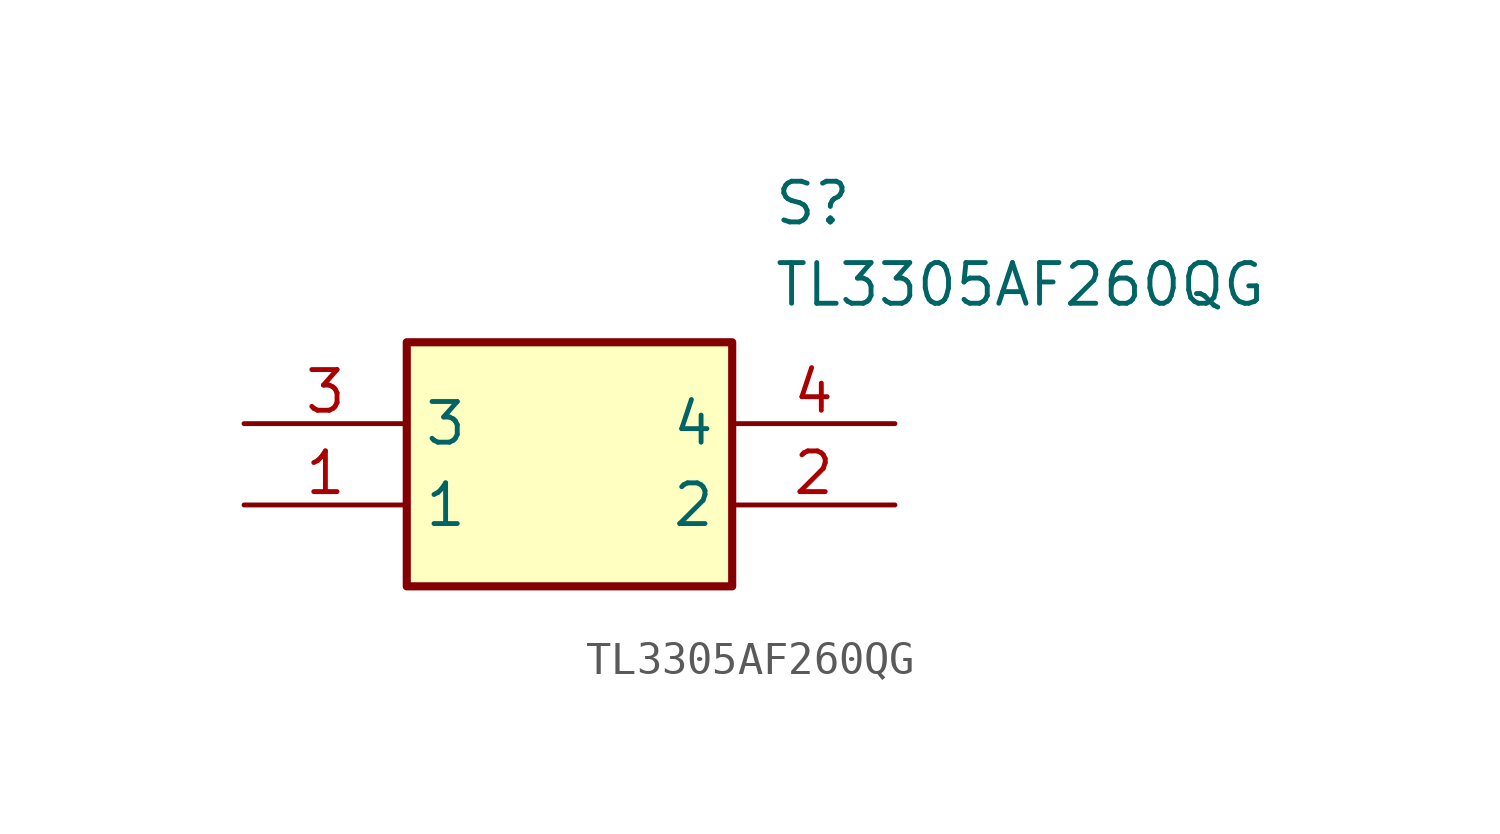
<source format=kicad_sym>
(kicad_symbol_lib
  (version 20211014)
  (generator SamacSys_ECAD_Model)
  (symbol "TL3305AF260QG"
    (property "Reference" "S"
      (at 16.51 7.62 0)
      (effects (font (size 1.27 1.27)) (justify left top)))
    (property "Value" "TL3305AF260QG"
      (at 16.51 5.08 0)
      (effects (font (size 1.27 1.27)) (justify left top)))
    (rectangle
      (start 5.08 2.54)
      (end 15.24 -5.08)
      (stroke (width 0.254) (type default))
      (fill (type background)))
    (pin passive line
      (at 0 -2.54 0)
      (length 5.08)
      (name "1" (effects (font (size 1.27 1.27))))
      (number "1" (effects (font (size 1.27 1.27)))))
    (pin passive line
      (at 20.32 -2.54 180)
      (length 5.08)
      (name "2" (effects (font (size 1.27 1.27))))
      (number "2" (effects (font (size 1.27 1.27)))))
    (pin passive line
      (at 0 0 0)
      (length 5.08)
      (name "3" (effects (font (size 1.27 1.27))))
      (number "3" (effects (font (size 1.27 1.27)))))
    (pin passive line
      (at 20.32 0 180)
      (length 5.08)
      (name "4" (effects (font (size 1.27 1.27))))
      (number "4" (effects (font (size 1.27 1.27)))))))
</source>
